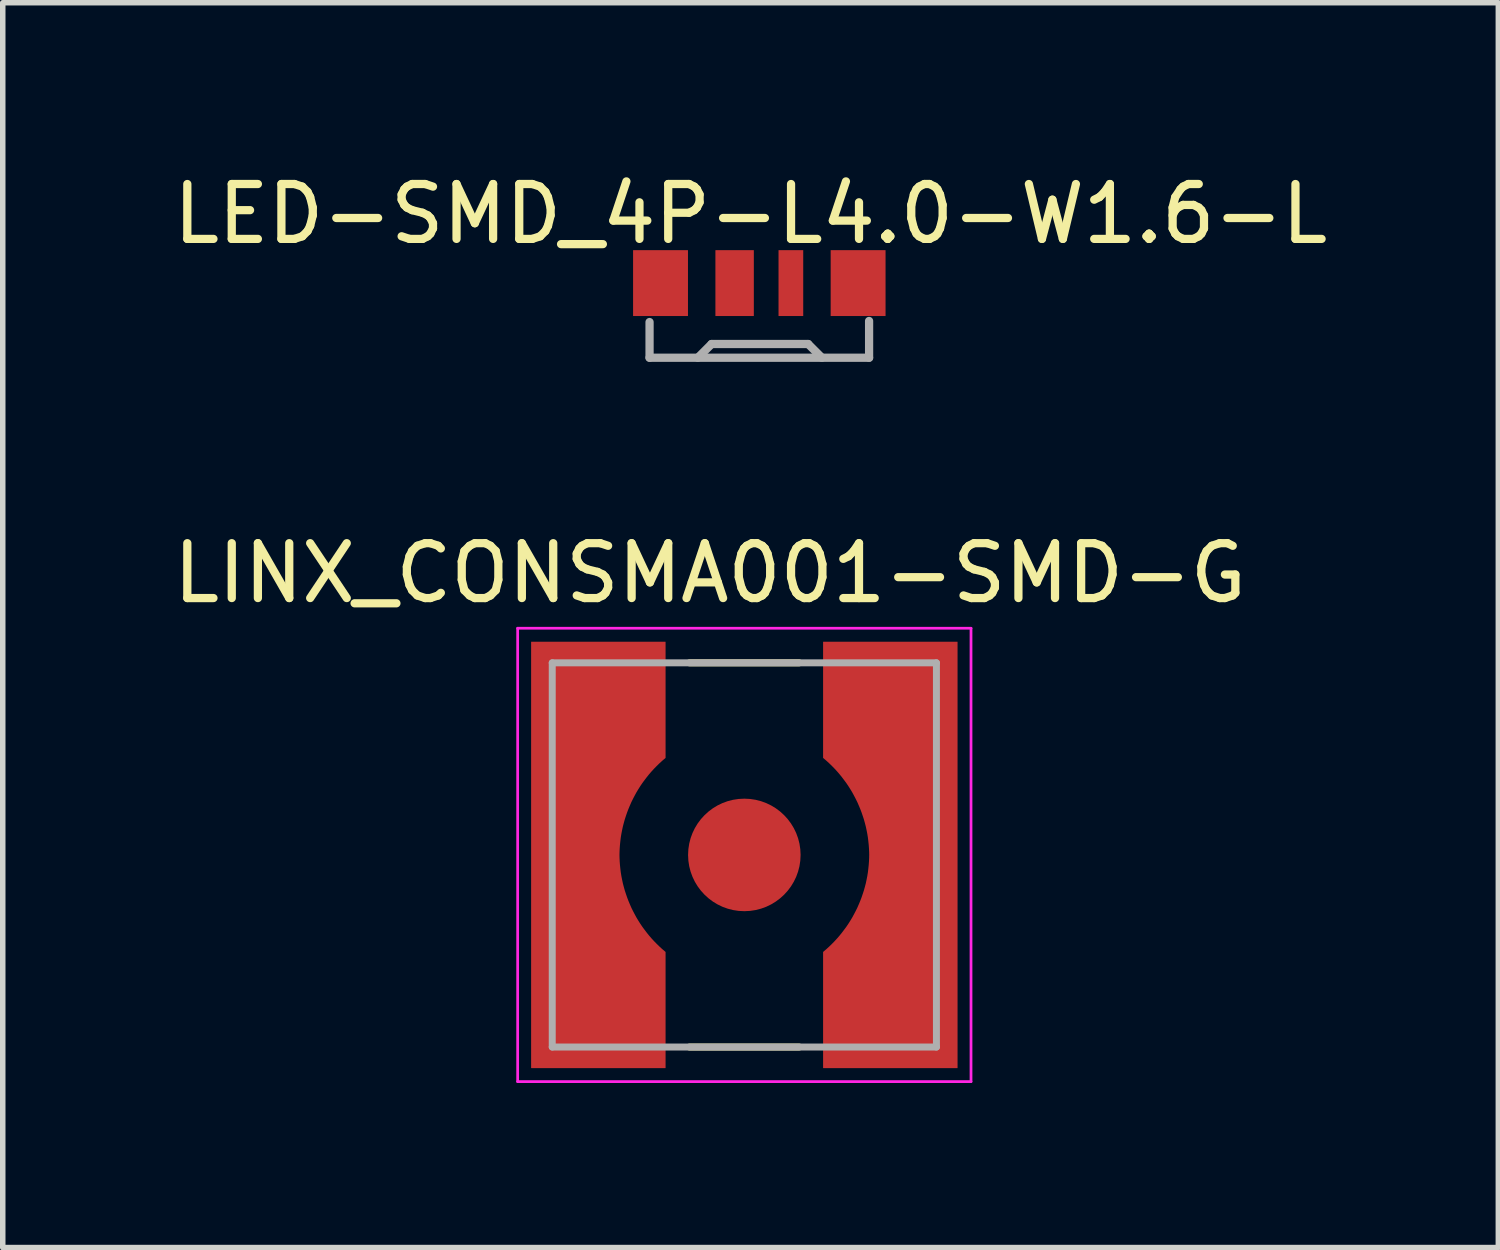
<source format=kicad_pcb>
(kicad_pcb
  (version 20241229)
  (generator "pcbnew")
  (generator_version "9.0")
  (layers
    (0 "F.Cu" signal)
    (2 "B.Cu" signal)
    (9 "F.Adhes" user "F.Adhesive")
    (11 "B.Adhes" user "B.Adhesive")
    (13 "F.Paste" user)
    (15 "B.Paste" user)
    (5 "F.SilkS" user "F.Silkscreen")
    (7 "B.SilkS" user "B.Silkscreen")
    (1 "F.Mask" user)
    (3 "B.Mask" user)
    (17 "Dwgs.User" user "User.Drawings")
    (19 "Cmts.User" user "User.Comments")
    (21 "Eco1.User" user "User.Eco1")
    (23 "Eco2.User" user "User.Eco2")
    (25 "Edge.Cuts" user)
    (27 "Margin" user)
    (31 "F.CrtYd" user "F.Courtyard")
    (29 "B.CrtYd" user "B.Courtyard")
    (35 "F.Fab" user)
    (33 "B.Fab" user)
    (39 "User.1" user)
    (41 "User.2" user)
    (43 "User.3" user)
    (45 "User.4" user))
  (footprint "LED-SMD_4P-L4.0-W1.6-L"
    (layer "F.Cu")
    (at 10.785 2.108)
    (property "Reference" "LED-SMD_4P-L4.0-W1.6-L" (at -0.16 -1.26 0) (layer "F.SilkS") (effects (font (size 1 1) (thickness 0.15))))
    (attr smd)
    (fp_line (start -2 1.36) (end -2 0.71) (stroke (width 0.15) (type solid)) (layer "F.Fab"))
    (fp_line (start -1.12 1.36) (end -0.87 1.11) (stroke (width 0.15) (type solid)) (layer "F.Fab"))
    (fp_line (start -0.87 1.11) (end 0.89 1.11) (stroke (width 0.15) (type solid)) (layer "F.Fab"))
    (fp_line (start 0.89 1.11) (end 1.14 1.36) (stroke (width 0.15) (type solid)) (layer "F.Fab"))
    (fp_line (start 2 0.69) (end 2 1.36) (stroke (width 0.15) (type solid)) (layer "F.Fab"))
    (fp_line (start 2 1.36) (end -2 1.36) (stroke (width 0.15) (type solid)) (layer "F.Fab"))
    (fp_circle (center -2 1.36) (end -1.97 1.36) (stroke (width 0.06) (type solid)) (fill no) (layer "F.Fab"))
    (pad "1" smd rect (at -1.8 0) (size 1 1.2) (layers "F.Cu" "F.Mask" "F.Paste"))
    (pad "2" smd rect (at -0.45 0) (size 0.7 1.2) (layers "F.Cu" "F.Mask" "F.Paste"))
    (pad "3" smd rect (at 0.575 0) (size 0.45 1.2) (layers "F.Cu" "F.Mask" "F.Paste"))
    (pad "4" smd rect (at 1.8 0) (size 1 1.2) (layers "F.Cu" "F.Mask" "F.Paste")))
  (footprint "LINX_CONSMA001-SMD-G"
    (layer "F.Cu")
    (at 10.512 12.527)
    (property "Reference" "LINX_CONSMA001-SMD-G" (at -0.625 -5.135 0) (layer "F.SilkS") (effects (font (size 1 1) (thickness 0.15))))
    (attr smd)
    (fp_poly (pts (xy -1.34 -3.98) (xy -3.98 -3.98) (xy -3.98 3.98) (xy -1.34 3.98) (xy -1.34 1.72) (xy -1.381 1.687) (xy -1.43 1.645) (xy -1.478 1.602) (xy -1.524 1.557) (xy -1.569 1.511) (xy -1.613 1.464) (xy -1.655 1.416) (xy -1.696 1.366) (xy -1.736 1.315) (xy -1.774 1.263) (xy -1.81 1.21) (xy -1.845 1.156) (xy -1.878 1.101) (xy -1.91 1.045) (xy -1.94 0.988) (xy -1.968 0.931) (xy -1.995 0.872) (xy -2.02 0.813) (xy -2.043 0.753) (xy -2.065 0.692) (xy -2.084 0.631) (xy -2.102 0.569) (xy -2.118 0.507) (xy -2.133 0.444) (xy -2.145 0.381) (xy -2.156 0.318) (xy -2.164 0.254) (xy -2.171 0.19) (xy -2.176 0.126) (xy -2.18 0.05) (xy -2.179 -0.028) (xy -2.176 -0.097) (xy -2.171 -0.166) (xy -2.164 -0.235) (xy -2.155 -0.303) (xy -2.144 -0.371) (xy -2.131 -0.439) (xy -2.116 -0.506) (xy -2.099 -0.573) (xy -2.08 -0.639) (xy -2.06 -0.705) (xy -2.037 -0.77) (xy -2.012 -0.835) (xy -1.986 -0.899) (xy -1.958 -0.962) (xy -1.928 -1.024) (xy -1.896 -1.085) (xy -1.862 -1.145) (xy -1.827 -1.204) (xy -1.79 -1.262) (xy -1.751 -1.32) (xy -1.711 -1.375) (xy -1.669 -1.43) (xy -1.625 -1.484) (xy -1.58 -1.536) (xy -1.533 -1.587) (xy -1.485 -1.636) (xy -1.436 -1.684) (xy -1.385 -1.731) (xy -1.34 -1.77) (xy -1.34 -3.98)) (stroke (width 0.01) (type solid)) (fill yes) (layer "F.Mask"))
    (fp_poly (pts (xy 1.34 -3.98) (xy 3.98 -3.98) (xy 3.98 3.98) (xy 1.34 3.98) (xy 1.34 1.72) (xy 1.391 1.677) (xy 1.441 1.633) (xy 1.489 1.588) (xy 1.536 1.542) (xy 1.581 1.494) (xy 1.625 1.445) (xy 1.667 1.395) (xy 1.708 1.343) (xy 1.748 1.29) (xy 1.786 1.237) (xy 1.822 1.182) (xy 1.857 1.126) (xy 1.89 1.069) (xy 1.921 1.011) (xy 1.951 0.952) (xy 1.979 0.892) (xy 2.005 0.832) (xy 2.03 0.771) (xy 2.053 0.709) (xy 2.074 0.647) (xy 2.093 0.584) (xy 2.11 0.52) (xy 2.125 0.456) (xy 2.139 0.391) (xy 2.15 0.327) (xy 2.16 0.261) (xy 2.168 0.196) (xy 2.174 0.13) (xy 2.178 0.065) (xy 2.18 0) (xy 2.179 -0.052) (xy 2.176 -0.119) (xy 2.171 -0.186) (xy 2.164 -0.253) (xy 2.156 -0.32) (xy 2.145 -0.387) (xy 2.132 -0.453) (xy 2.118 -0.519) (xy 2.101 -0.584) (xy 2.083 -0.649) (xy 2.062 -0.713) (xy 2.04 -0.777) (xy 2.016 -0.84) (xy 1.99 -0.902) (xy 1.963 -0.964) (xy 1.933 -1.025) (xy 1.902 -1.084) (xy 1.87 -1.143) (xy 1.835 -1.201) (xy 1.799 -1.258) (xy 1.761 -1.314) (xy 1.721 -1.368) (xy 1.68 -1.422) (xy 1.638 -1.474) (xy 1.594 -1.525) (xy 1.548 -1.575) (xy 1.501 -1.623) (xy 1.453 -1.67) (xy 1.403 -1.716) (xy 1.34 -1.77) (xy 1.34 -3.98)) (stroke (width 0.01) (type solid)) (fill yes) (layer "F.Mask"))
    (fp_line (start -1 -3.5) (end 1 -3.5) (stroke (width 0.127) (type solid)) (layer "F.SilkS"))
    (fp_line (start -1 3.5) (end 1 3.5) (stroke (width 0.127) (type solid)) (layer "F.SilkS"))
    (fp_poly (pts (xy -1.44 -3.88) (xy -3.88 -3.88) (xy -3.88 3.88) (xy -1.44 3.88) (xy -1.44 1.77) (xy -1.503 1.716) (xy -1.553 1.67) (xy -1.601 1.623) (xy -1.648 1.575) (xy -1.694 1.525) (xy -1.738 1.474) (xy -1.78 1.422) (xy -1.821 1.368) (xy -1.861 1.314) (xy -1.899 1.258) (xy -1.935 1.201) (xy -1.97 1.143) (xy -2.002 1.084) (xy -2.033 1.025) (xy -2.063 0.964) (xy -2.09 0.902) (xy -2.116 0.84) (xy -2.14 0.777) (xy -2.162 0.713) (xy -2.183 0.649) (xy -2.201 0.584) (xy -2.218 0.519) (xy -2.232 0.453) (xy -2.245 0.387) (xy -2.256 0.32) (xy -2.264 0.253) (xy -2.271 0.186) (xy -2.276 0.119) (xy -2.279 0.052) (xy -2.28 0) (xy -2.279 -0.052) (xy -2.276 -0.119) (xy -2.271 -0.186) (xy -2.264 -0.253) (xy -2.256 -0.32) (xy -2.245 -0.387) (xy -2.232 -0.453) (xy -2.218 -0.519) (xy -2.201 -0.584) (xy -2.183 -0.649) (xy -2.162 -0.713) (xy -2.14 -0.777) (xy -2.116 -0.84) (xy -2.09 -0.902) (xy -2.063 -0.964) (xy -2.033 -1.025) (xy -2.002 -1.084) (xy -1.97 -1.143) (xy -1.935 -1.201) (xy -1.899 -1.258) (xy -1.861 -1.314) (xy -1.821 -1.368) (xy -1.78 -1.422) (xy -1.738 -1.474) (xy -1.694 -1.525) (xy -1.648 -1.575) (xy -1.601 -1.623) (xy -1.553 -1.67) (xy -1.503 -1.716) (xy -1.44 -1.77) (xy -1.44 -3.88)) (stroke (width 0.01) (type solid)) (fill yes) (layer "F.Paste"))
    (fp_poly (pts (xy 1.44 -3.88) (xy 3.88 -3.88) (xy 3.88 3.88) (xy 1.44 3.88) (xy 1.44 1.77) (xy 1.503 1.716) (xy 1.553 1.67) (xy 1.601 1.623) (xy 1.648 1.575) (xy 1.694 1.525) (xy 1.738 1.474) (xy 1.78 1.422) (xy 1.821 1.368) (xy 1.861 1.314) (xy 1.899 1.258) (xy 1.935 1.201) (xy 1.97 1.143) (xy 2.002 1.084) (xy 2.033 1.025) (xy 2.063 0.964) (xy 2.09 0.902) (xy 2.116 0.84) (xy 2.14 0.777) (xy 2.162 0.713) (xy 2.183 0.649) (xy 2.201 0.584) (xy 2.218 0.519) (xy 2.232 0.453) (xy 2.245 0.387) (xy 2.256 0.32) (xy 2.264 0.253) (xy 2.271 0.186) (xy 2.276 0.119) (xy 2.279 0.052) (xy 2.28 0) (xy 2.279 -0.052) (xy 2.276 -0.119) (xy 2.271 -0.186) (xy 2.264 -0.253) (xy 2.256 -0.32) (xy 2.245 -0.387) (xy 2.232 -0.453) (xy 2.218 -0.519) (xy 2.201 -0.584) (xy 2.183 -0.649) (xy 2.162 -0.713) (xy 2.14 -0.777) (xy 2.116 -0.84) (xy 2.09 -0.902) (xy 2.063 -0.964) (xy 2.033 -1.025) (xy 2.002 -1.084) (xy 1.97 -1.143) (xy 1.935 -1.201) (xy 1.899 -1.258) (xy 1.861 -1.314) (xy 1.821 -1.368) (xy 1.78 -1.422) (xy 1.738 -1.474) (xy 1.694 -1.525) (xy 1.648 -1.575) (xy 1.601 -1.623) (xy 1.553 -1.67) (xy 1.503 -1.716) (xy 1.44 -1.77) (xy 1.44 -3.88)) (stroke (width 0.01) (type solid)) (fill yes) (layer "F.Paste"))
    (fp_line (start -4.13 -4.13) (end 4.13 -4.13) (stroke (width 0.05) (type solid)) (layer "F.CrtYd"))
    (fp_line (start -4.13 4.13) (end -4.13 -4.13) (stroke (width 0.05) (type solid)) (layer "F.CrtYd"))
    (fp_line (start 4.13 -4.13) (end 4.13 4.13) (stroke (width 0.05) (type solid)) (layer "F.CrtYd"))
    (fp_line (start 4.13 4.13) (end -4.13 4.13) (stroke (width 0.05) (type solid)) (layer "F.CrtYd"))
    (fp_line (start -3.5 -3.5) (end 3.5 -3.5) (stroke (width 0.127) (type solid)) (layer "F.Fab"))
    (fp_line (start -3.5 3.5) (end -3.5 -3.5) (stroke (width 0.127) (type solid)) (layer "F.Fab"))
    (fp_line (start 3.5 -3.5) (end 3.5 3.5) (stroke (width 0.127) (type solid)) (layer "F.Fab"))
    (fp_line (start 3.5 3.5) (end -3.5 3.5) (stroke (width 0.127) (type solid)) (layer "F.Fab"))
    (pad "1" smd circle (at 0 0) (size 2.05 2.05) (layers "F.Cu" "F.Mask" "F.Paste"))
    (pad "2" smd custom (at -3.1 0) (size 1 1) (layers "F.Cu") (options (anchor rect)) (primitives (gr_poly (pts (xy 1.66 -3.88) (xy -0.78 -3.88) (xy -0.78 3.88) (xy 1.66 3.88) (xy 1.66 1.77) (xy 1.597 1.716) (xy 1.547 1.67) (xy 1.499 1.623) (xy 1.452 1.575) (xy 1.406 1.525) (xy 1.362 1.474) (xy 1.32 1.422) (xy 1.279 1.368) (xy 1.239 1.314) (xy 1.201 1.258) (xy 1.165 1.201) (xy 1.13 1.143) (xy 1.098 1.084) (xy 1.067 1.025) (xy 1.037 0.964) (xy 1.01 0.902) (xy 0.984 0.84) (xy 0.96 0.777) (xy 0.938 0.713) (xy 0.917 0.649) (xy 0.899 0.584) (xy 0.882 0.519) (xy 0.868 0.453) (xy 0.855 0.387) (xy 0.844 0.32) (xy 0.836 0.253) (xy 0.829 0.186) (xy 0.824 0.119) (xy 0.821 0.052) (xy 0.82 0) (xy 0.821 -0.052) (xy 0.824 -0.119) (xy 0.829 -0.186) (xy 0.836 -0.253) (xy 0.844 -0.32) (xy 0.855 -0.387) (xy 0.868 -0.453) (xy 0.882 -0.519) (xy 0.899 -0.584) (xy 0.917 -0.649) (xy 0.938 -0.713) (xy 0.96 -0.777) (xy 0.984 -0.84) (xy 1.01 -0.902) (xy 1.037 -0.964) (xy 1.067 -1.025) (xy 1.098 -1.084) (xy 1.13 -1.143) (xy 1.165 -1.201) (xy 1.201 -1.258) (xy 1.239 -1.314) (xy 1.279 -1.368) (xy 1.32 -1.422) (xy 1.362 -1.474) (xy 1.406 -1.525) (xy 1.452 -1.575) (xy 1.499 -1.623) (xy 1.547 -1.67) (xy 1.597 -1.716) (xy 1.66 -1.77) (xy 1.66 -3.88)) (width 0.01) (fill yes))))
    (pad "2" smd custom (at 3.1 0) (size 1 1) (layers "F.Cu") (options (anchor rect)) (primitives (gr_poly (pts (xy -1.66 -3.88) (xy 0.78 -3.88) (xy 0.78 3.88) (xy -1.66 3.88) (xy -1.66 1.77) (xy -1.597 1.716) (xy -1.547 1.67) (xy -1.499 1.623) (xy -1.452 1.575) (xy -1.406 1.525) (xy -1.362 1.474) (xy -1.32 1.422) (xy -1.279 1.368) (xy -1.239 1.314) (xy -1.201 1.258) (xy -1.165 1.201) (xy -1.13 1.143) (xy -1.098 1.084) (xy -1.067 1.025) (xy -1.037 0.964) (xy -1.01 0.902) (xy -0.984 0.84) (xy -0.96 0.777) (xy -0.938 0.713) (xy -0.917 0.649) (xy -0.899 0.584) (xy -0.882 0.519) (xy -0.868 0.453) (xy -0.855 0.387) (xy -0.844 0.32) (xy -0.836 0.253) (xy -0.829 0.186) (xy -0.824 0.119) (xy -0.821 0.052) (xy -0.82 0) (xy -0.821 -0.052) (xy -0.824 -0.119) (xy -0.829 -0.186) (xy -0.836 -0.253) (xy -0.844 -0.32) (xy -0.855 -0.387) (xy -0.868 -0.453) (xy -0.882 -0.519) (xy -0.899 -0.584) (xy -0.917 -0.649) (xy -0.938 -0.713) (xy -0.96 -0.777) (xy -0.984 -0.84) (xy -1.01 -0.902) (xy -1.037 -0.964) (xy -1.067 -1.025) (xy -1.098 -1.084) (xy -1.13 -1.143) (xy -1.165 -1.201) (xy -1.201 -1.258) (xy -1.239 -1.314) (xy -1.279 -1.368) (xy -1.32 -1.422) (xy -1.362 -1.474) (xy -1.406 -1.525) (xy -1.452 -1.575) (xy -1.499 -1.623) (xy -1.547 -1.67) (xy -1.597 -1.716) (xy -1.66 -1.77) (xy -1.66 -2.35) (xy -1.66 -3.88)) (width 0.01) (fill yes)))))
  (gr_rect
    (start -3 -3)
    (end 24.25 19.681)
    (stroke (width 0.1) (type default))
    (fill no)
    (layer "Edge.Cuts")))
</source>
